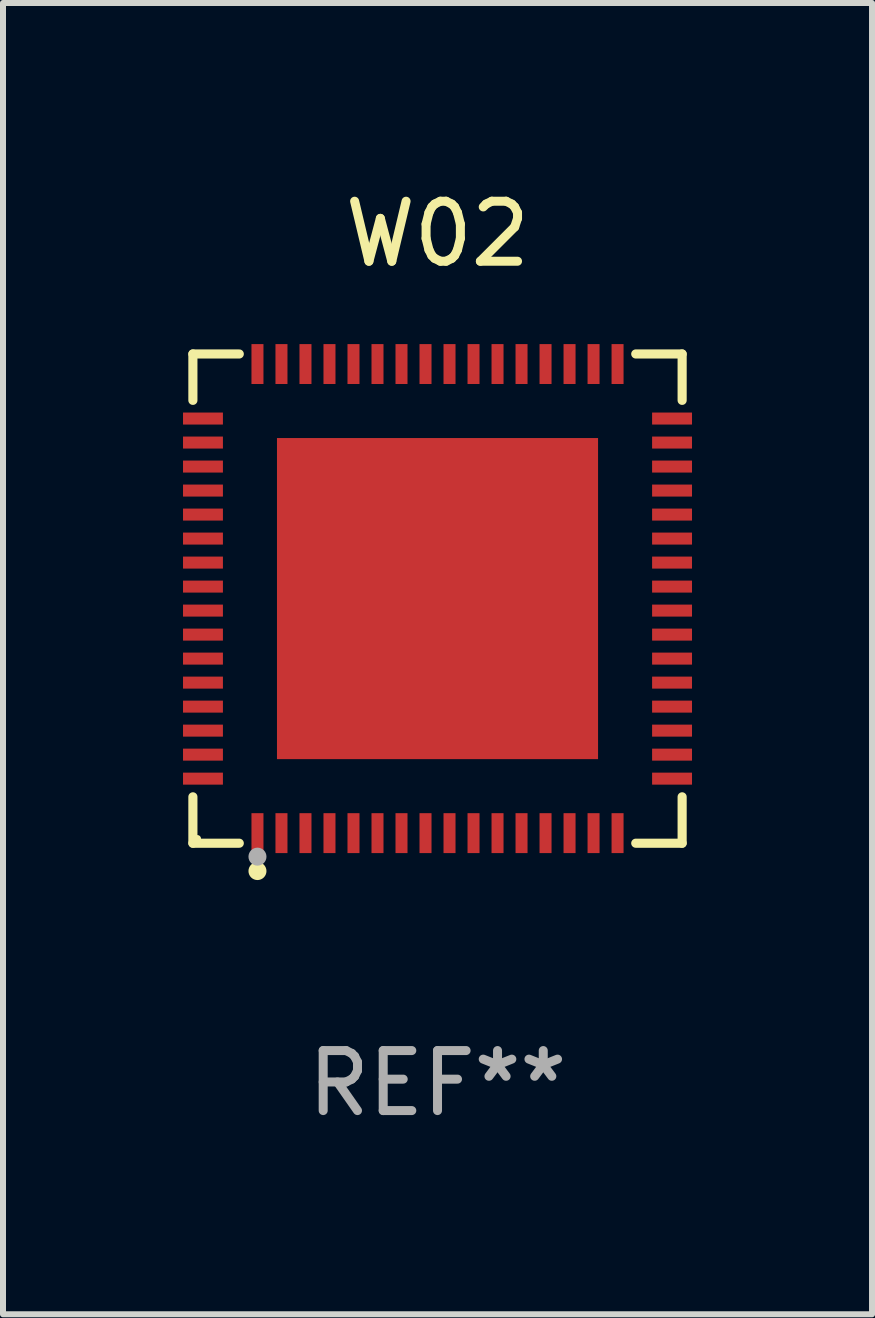
<source format=kicad_pcb>
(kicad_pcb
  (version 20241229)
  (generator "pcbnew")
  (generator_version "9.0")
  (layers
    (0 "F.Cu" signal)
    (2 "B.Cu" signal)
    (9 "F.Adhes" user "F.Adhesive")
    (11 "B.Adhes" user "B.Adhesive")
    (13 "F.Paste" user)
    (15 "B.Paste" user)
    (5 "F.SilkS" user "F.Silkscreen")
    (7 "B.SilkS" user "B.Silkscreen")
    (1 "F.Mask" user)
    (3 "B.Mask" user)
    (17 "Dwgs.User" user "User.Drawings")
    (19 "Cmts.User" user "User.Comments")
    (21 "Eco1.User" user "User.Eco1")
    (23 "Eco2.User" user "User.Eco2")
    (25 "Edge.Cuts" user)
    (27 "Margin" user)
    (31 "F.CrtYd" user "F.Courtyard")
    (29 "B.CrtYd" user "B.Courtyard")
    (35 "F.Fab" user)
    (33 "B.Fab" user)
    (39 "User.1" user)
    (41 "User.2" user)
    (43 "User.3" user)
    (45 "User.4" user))
  (footprint "W02"
    (layer "F.Cu")
    (at 4.24 6.924)
    (property "Reference" "W02" (at 0 -6.076 0) (layer "F.SilkS") (effects (font (size 1 1) (thickness 0.15))))
    (attr through_hole)
    (fp_line (start -4.076 -4.076) (end -3.303 -4.076) (stroke (width 0.152) (type solid)) (layer "F.SilkS"))
    (fp_line (start -4.076 -3.303) (end -4.076 -4.076) (stroke (width 0.152) (type solid)) (layer "F.SilkS"))
    (fp_line (start -4.076 3.303) (end -4.076 4.076) (stroke (width 0.152) (type solid)) (layer "F.SilkS"))
    (fp_line (start -4.076 4.076) (end -3.303 4.076) (stroke (width 0.152) (type solid)) (layer "F.SilkS"))
    (fp_line (start 4.076 -4.076) (end 3.303 -4.076) (stroke (width 0.152) (type solid)) (layer "F.SilkS"))
    (fp_line (start 4.076 -3.303) (end 4.076 -4.076) (stroke (width 0.152) (type solid)) (layer "F.SilkS"))
    (fp_line (start 4.076 3.303) (end 4.076 4.076) (stroke (width 0.152) (type solid)) (layer "F.SilkS"))
    (fp_line (start 4.076 4.076) (end 3.303 4.076) (stroke (width 0.152) (type solid)) (layer "F.SilkS"))
    (fp_circle (center -4 4) (end -3.97 4) (stroke (width 0.06) (type solid)) (fill no) (layer "F.SilkS"))
    (fp_circle (center -3 4.54) (end -2.925 4.54) (stroke (width 0.15) (type solid)) (fill no) (layer "F.SilkS"))
    (fp_circle (center -3 4.3) (end -2.925 4.3) (stroke (width 0.15) (type solid)) (fill no) (layer "F.Fab"))
    (fp_text user "REF**" (at 0 8.076 0) (layer "F.Fab") (effects (font (size 1 1) (thickness 0.15))))
    (pad "1" smd rect (at -3 3.908) (size 0.2 0.665) (layers "F.Cu" "F.Mask" "F.Paste"))
    (pad "2" smd rect (at -2.6 3.908) (size 0.2 0.665) (layers "F.Cu" "F.Mask" "F.Paste"))
    (pad "3" smd rect (at -2.2 3.908) (size 0.2 0.665) (layers "F.Cu" "F.Mask" "F.Paste"))
    (pad "4" smd rect (at -1.8 3.908) (size 0.2 0.665) (layers "F.Cu" "F.Mask" "F.Paste"))
    (pad "5" smd rect (at -1.4 3.908) (size 0.2 0.665) (layers "F.Cu" "F.Mask" "F.Paste"))
    (pad "6" smd rect (at -1 3.908) (size 0.2 0.665) (layers "F.Cu" "F.Mask" "F.Paste"))
    (pad "7" smd rect (at -0.6 3.908) (size 0.2 0.665) (layers "F.Cu" "F.Mask" "F.Paste"))
    (pad "8" smd rect (at -0.2 3.908) (size 0.2 0.665) (layers "F.Cu" "F.Mask" "F.Paste"))
    (pad "9" smd rect (at 0.2 3.908) (size 0.2 0.665) (layers "F.Cu" "F.Mask" "F.Paste"))
    (pad "10" smd rect (at 0.6 3.908) (size 0.2 0.665) (layers "F.Cu" "F.Mask" "F.Paste"))
    (pad "11" smd rect (at 1 3.908) (size 0.2 0.665) (layers "F.Cu" "F.Mask" "F.Paste"))
    (pad "12" smd rect (at 1.4 3.908) (size 0.2 0.665) (layers "F.Cu" "F.Mask" "F.Paste"))
    (pad "13" smd rect (at 1.8 3.908) (size 0.2 0.665) (layers "F.Cu" "F.Mask" "F.Paste"))
    (pad "14" smd rect (at 2.2 3.908) (size 0.2 0.665) (layers "F.Cu" "F.Mask" "F.Paste"))
    (pad "15" smd rect (at 2.6 3.908) (size 0.2 0.665) (layers "F.Cu" "F.Mask" "F.Paste"))
    (pad "16" smd rect (at 3 3.908) (size 0.2 0.665) (layers "F.Cu" "F.Mask" "F.Paste"))
    (pad "17" smd rect (at 3.908 3) (size 0.665 0.2) (layers "F.Cu" "F.Mask" "F.Paste"))
    (pad "18" smd rect (at 3.908 2.6) (size 0.665 0.2) (layers "F.Cu" "F.Mask" "F.Paste"))
    (pad "19" smd rect (at 3.908 2.2) (size 0.665 0.2) (layers "F.Cu" "F.Mask" "F.Paste"))
    (pad "20" smd rect (at 3.908 1.8) (size 0.665 0.2) (layers "F.Cu" "F.Mask" "F.Paste"))
    (pad "21" smd rect (at 3.908 1.4) (size 0.665 0.2) (layers "F.Cu" "F.Mask" "F.Paste"))
    (pad "22" smd rect (at 3.908 1) (size 0.665 0.2) (layers "F.Cu" "F.Mask" "F.Paste"))
    (pad "23" smd rect (at 3.908 0.6) (size 0.665 0.2) (layers "F.Cu" "F.Mask" "F.Paste"))
    (pad "24" smd rect (at 3.908 0.2) (size 0.665 0.2) (layers "F.Cu" "F.Mask" "F.Paste"))
    (pad "25" smd rect (at 3.908 -0.2) (size 0.665 0.2) (layers "F.Cu" "F.Mask" "F.Paste"))
    (pad "26" smd rect (at 3.908 -0.6) (size 0.665 0.2) (layers "F.Cu" "F.Mask" "F.Paste"))
    (pad "27" smd rect (at 3.908 -1) (size 0.665 0.2) (layers "F.Cu" "F.Mask" "F.Paste"))
    (pad "28" smd rect (at 3.908 -1.4) (size 0.665 0.2) (layers "F.Cu" "F.Mask" "F.Paste"))
    (pad "29" smd rect (at 3.908 -1.8) (size 0.665 0.2) (layers "F.Cu" "F.Mask" "F.Paste"))
    (pad "30" smd rect (at 3.908 -2.2) (size 0.665 0.2) (layers "F.Cu" "F.Mask" "F.Paste"))
    (pad "31" smd rect (at 3.908 -2.6) (size 0.665 0.2) (layers "F.Cu" "F.Mask" "F.Paste"))
    (pad "32" smd rect (at 3.908 -3) (size 0.665 0.2) (layers "F.Cu" "F.Mask" "F.Paste"))
    (pad "33" smd rect (at 3 -3.908) (size 0.2 0.665) (layers "F.Cu" "F.Mask" "F.Paste"))
    (pad "34" smd rect (at 2.6 -3.908) (size 0.2 0.665) (layers "F.Cu" "F.Mask" "F.Paste"))
    (pad "35" smd rect (at 2.2 -3.908) (size 0.2 0.665) (layers "F.Cu" "F.Mask" "F.Paste"))
    (pad "36" smd rect (at 1.8 -3.908) (size 0.2 0.665) (layers "F.Cu" "F.Mask" "F.Paste"))
    (pad "37" smd rect (at 1.4 -3.908) (size 0.2 0.665) (layers "F.Cu" "F.Mask" "F.Paste"))
    (pad "38" smd rect (at 1 -3.908) (size 0.2 0.665) (layers "F.Cu" "F.Mask" "F.Paste"))
    (pad "39" smd rect (at 0.6 -3.908) (size 0.2 0.665) (layers "F.Cu" "F.Mask" "F.Paste"))
    (pad "40" smd rect (at 0.2 -3.908) (size 0.2 0.665) (layers "F.Cu" "F.Mask" "F.Paste"))
    (pad "41" smd rect (at -0.2 -3.908) (size 0.2 0.665) (layers "F.Cu" "F.Mask" "F.Paste"))
    (pad "42" smd rect (at -0.6 -3.908) (size 0.2 0.665) (layers "F.Cu" "F.Mask" "F.Paste"))
    (pad "43" smd rect (at -1 -3.908) (size 0.2 0.665) (layers "F.Cu" "F.Mask" "F.Paste"))
    (pad "44" smd rect (at -1.4 -3.908) (size 0.2 0.665) (layers "F.Cu" "F.Mask" "F.Paste"))
    (pad "45" smd rect (at -1.8 -3.908) (size 0.2 0.665) (layers "F.Cu" "F.Mask" "F.Paste"))
    (pad "46" smd rect (at -2.2 -3.908) (size 0.2 0.665) (layers "F.Cu" "F.Mask" "F.Paste"))
    (pad "47" smd rect (at -2.6 -3.908) (size 0.2 0.665) (layers "F.Cu" "F.Mask" "F.Paste"))
    (pad "48" smd rect (at -3 -3.908) (size 0.2 0.665) (layers "F.Cu" "F.Mask" "F.Paste"))
    (pad "49" smd rect (at -3.908 -3) (size 0.665 0.2) (layers "F.Cu" "F.Mask" "F.Paste"))
    (pad "50" smd rect (at -3.908 -2.6) (size 0.665 0.2) (layers "F.Cu" "F.Mask" "F.Paste"))
    (pad "51" smd rect (at -3.908 -2.2) (size 0.665 0.2) (layers "F.Cu" "F.Mask" "F.Paste"))
    (pad "52" smd rect (at -3.908 -1.8) (size 0.665 0.2) (layers "F.Cu" "F.Mask" "F.Paste"))
    (pad "53" smd rect (at -3.908 -1.4) (size 0.665 0.2) (layers "F.Cu" "F.Mask" "F.Paste"))
    (pad "54" smd rect (at -3.908 -1) (size 0.665 0.2) (layers "F.Cu" "F.Mask" "F.Paste"))
    (pad "55" smd rect (at -3.908 -0.6) (size 0.665 0.2) (layers "F.Cu" "F.Mask" "F.Paste"))
    (pad "56" smd rect (at -3.908 -0.2) (size 0.665 0.2) (layers "F.Cu" "F.Mask" "F.Paste"))
    (pad "57" smd rect (at -3.908 0.2) (size 0.665 0.2) (layers "F.Cu" "F.Mask" "F.Paste"))
    (pad "58" smd rect (at -3.908 0.6) (size 0.665 0.2) (layers "F.Cu" "F.Mask" "F.Paste"))
    (pad "59" smd rect (at -3.908 1) (size 0.665 0.2) (layers "F.Cu" "F.Mask" "F.Paste"))
    (pad "60" smd rect (at -3.908 1.4) (size 0.665 0.2) (layers "F.Cu" "F.Mask" "F.Paste"))
    (pad "61" smd rect (at -3.908 1.8) (size 0.665 0.2) (layers "F.Cu" "F.Mask" "F.Paste"))
    (pad "62" smd rect (at -3.908 2.2) (size 0.665 0.2) (layers "F.Cu" "F.Mask" "F.Paste"))
    (pad "63" smd rect (at -3.908 2.6) (size 0.665 0.2) (layers "F.Cu" "F.Mask" "F.Paste"))
    (pad "64" smd rect (at -3.908 3) (size 0.665 0.2) (layers "F.Cu" "F.Mask" "F.Paste"))
    (pad "65" smd rect (at 0 0) (size 5.35 5.35) (layers "F.Cu" "F.Mask" "F.Paste")))
  (gr_rect
    (start -3 -3)
    (end 11.48 18.849)
    (stroke (width 0.1) (type default))
    (fill no)
    (layer "Edge.Cuts")))
</source>
